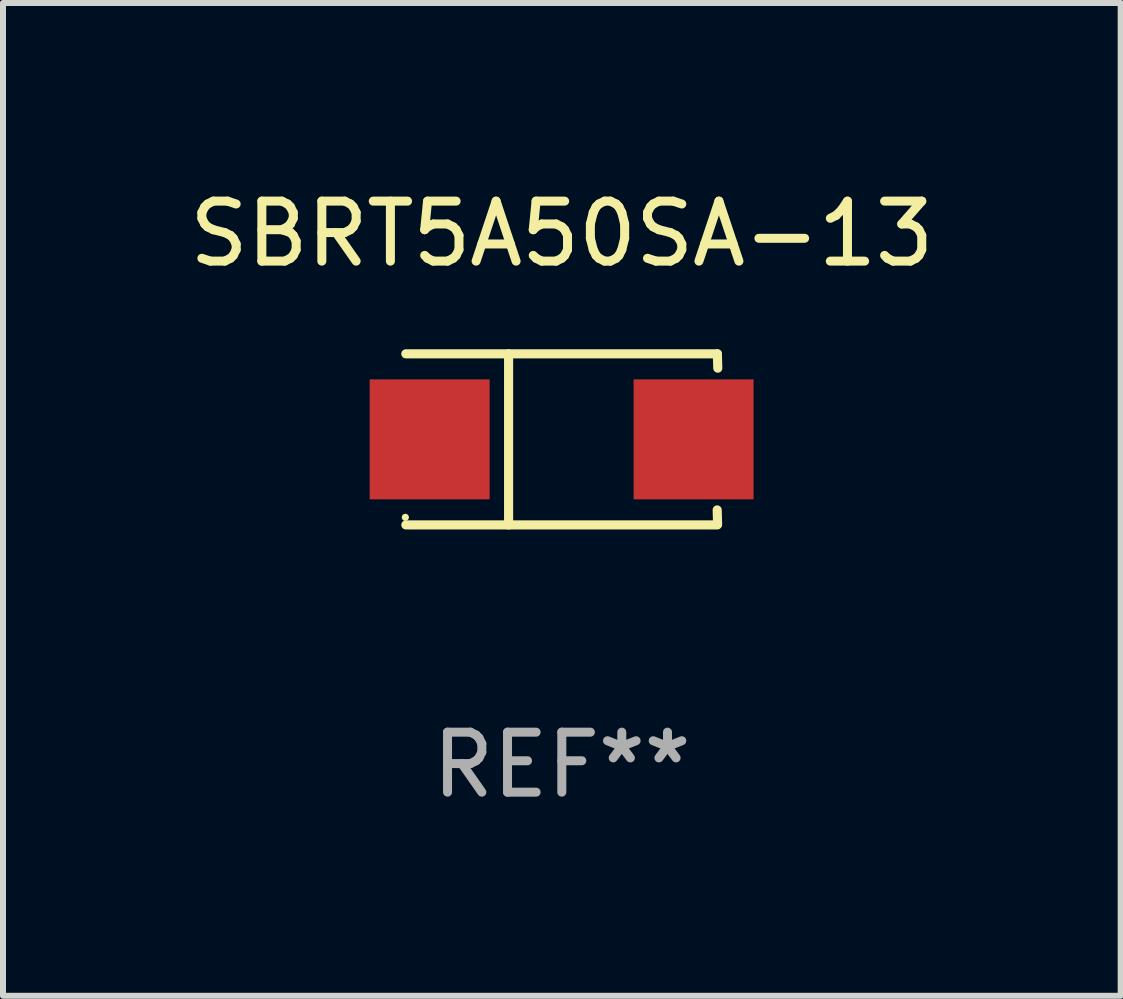
<source format=kicad_pcb>
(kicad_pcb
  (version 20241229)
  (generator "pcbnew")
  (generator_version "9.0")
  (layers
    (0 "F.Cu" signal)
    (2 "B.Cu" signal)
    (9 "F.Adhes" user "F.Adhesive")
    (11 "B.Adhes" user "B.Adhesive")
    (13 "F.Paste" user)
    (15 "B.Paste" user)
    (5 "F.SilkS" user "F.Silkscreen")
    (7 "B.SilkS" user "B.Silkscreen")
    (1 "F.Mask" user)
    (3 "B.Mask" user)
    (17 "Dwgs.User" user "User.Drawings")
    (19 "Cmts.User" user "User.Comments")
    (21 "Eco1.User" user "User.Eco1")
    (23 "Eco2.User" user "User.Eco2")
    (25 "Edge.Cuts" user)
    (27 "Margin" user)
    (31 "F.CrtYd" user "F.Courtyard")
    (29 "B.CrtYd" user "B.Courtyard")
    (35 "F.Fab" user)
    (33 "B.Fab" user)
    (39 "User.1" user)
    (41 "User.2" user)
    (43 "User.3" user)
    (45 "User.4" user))
  (footprint "SBRT5A50SA-13"
    (layer "F.Cu")
    (at 6.315 4.274)
    (property "Reference" "SBRT5A50SA-13" (at 0 -3.426 0) (layer "F.SilkS") (effects (font (size 1 1) (thickness 0.15))))
    (attr through_hole)
    (fp_line (start -2.6 -1.426) (end 2.593 -1.426) (stroke (width 0.152) (type solid)) (layer "F.SilkS"))
    (fp_line (start -2.6 1.426) (end 2.593 1.426) (stroke (width 0.152) (type solid)) (layer "F.SilkS"))
    (fp_line (start -0.887 -1.426) (end -0.887 1.426) (stroke (width 0.152) (type solid)) (layer "F.SilkS"))
    (fp_line (start 2.59 1.176) (end 2.597 1.415) (stroke (width 0.152) (type solid)) (layer "F.SilkS"))
    (fp_line (start 2.593 -1.426) (end 2.6 -1.187) (stroke (width 0.152) (type solid)) (layer "F.SilkS"))
    (fp_circle (center -2.608 1.3) (end -2.578 1.3) (stroke (width 0.06) (type solid)) (fill no) (layer "F.SilkS"))
    (fp_text user "REF**" (at 0 5.426 0) (layer "F.Fab") (effects (font (size 1 1) (thickness 0.15))))
    (pad "1" smd rect (at -2.203 0 180) (size 2 2) (layers "F.Cu" "F.Mask" "F.Paste"))
    (pad "2" smd rect (at 2.197 0 180) (size 2 2) (layers "F.Cu" "F.Mask" "F.Paste")))
  (gr_rect
    (start -3 -3)
    (end 15.631 13.549)
    (stroke (width 0.1) (type default))
    (fill no)
    (layer "Edge.Cuts")))
</source>
